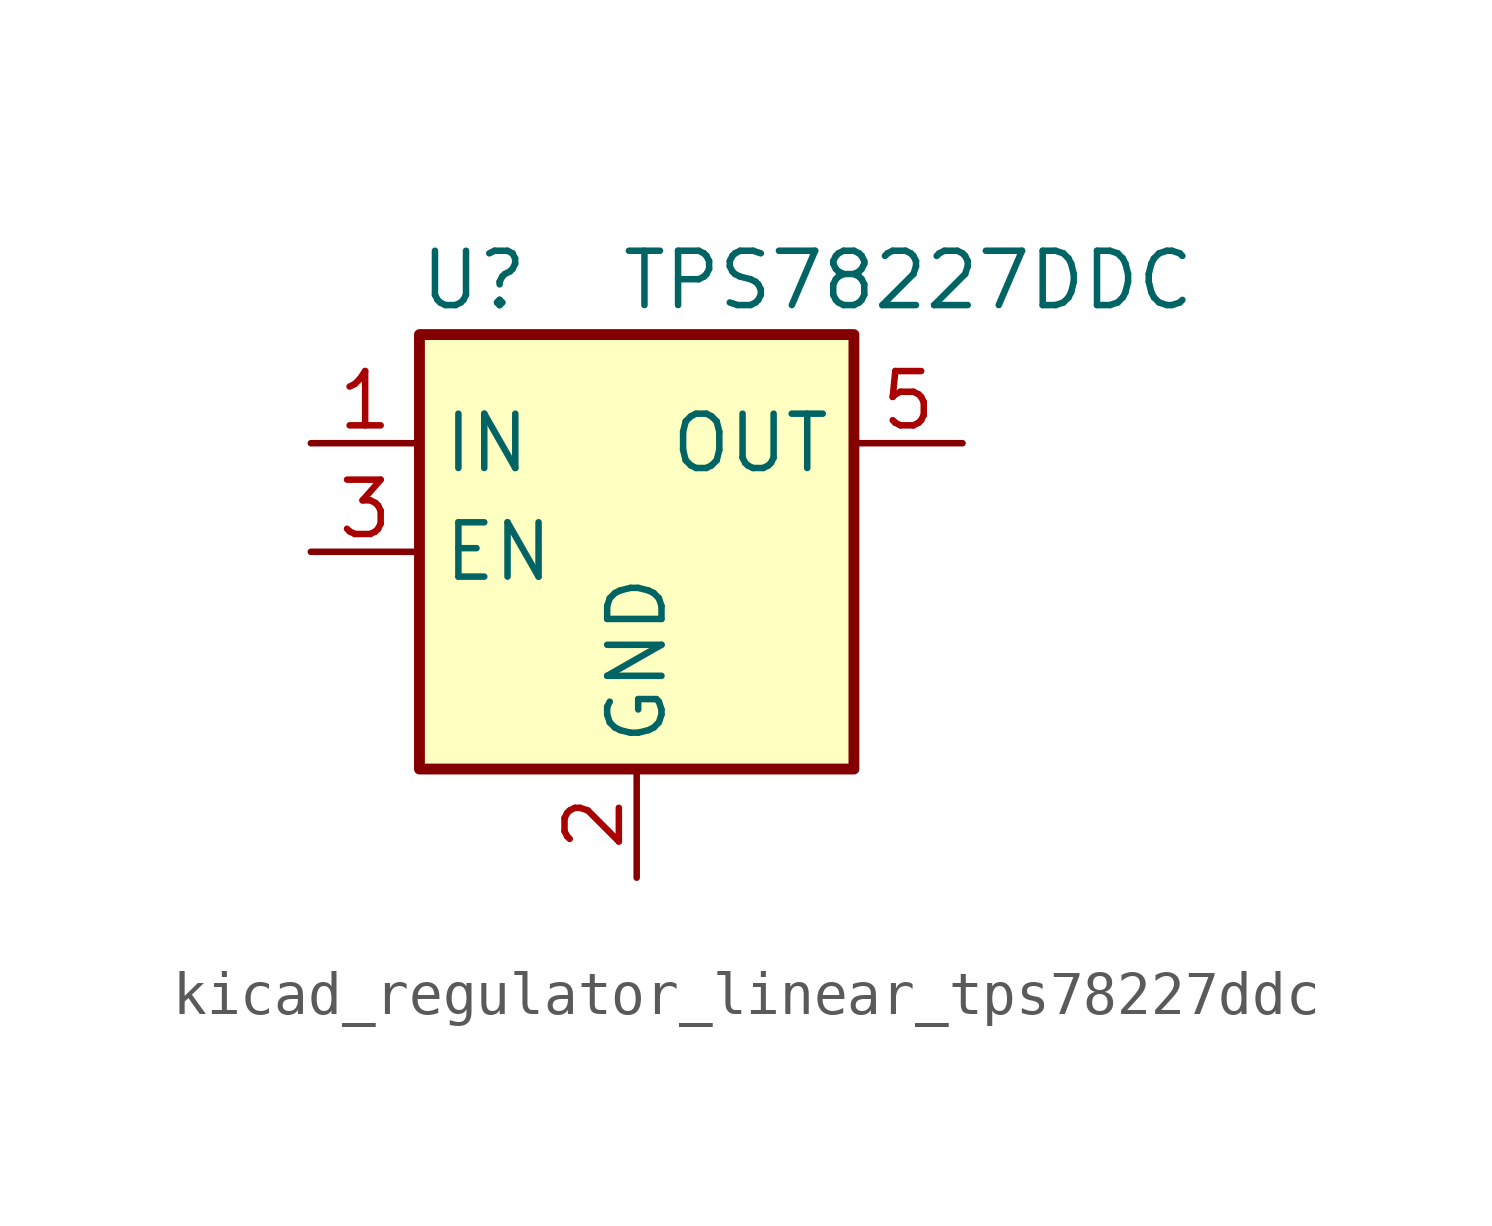
<source format=kicad_sym>
(kicad_symbol_lib
  (version 20220914)
  (generator kicad_symbol_editor)
  (symbol "kicad_regulator_linear_tps78227ddc"
    (property "Reference" "U"
      (at -3.81 6.35 0)
      (effects (font (size 1.27 1.27))))
    (property "Value" "TPS78227DDC"
      (at 6.35 6.35 0)
      (effects (font (size 1.27 1.27))))
    (symbol "kicad_regulator_linear_tps78227ddc_0_1"
      (rectangle (start -5.08 -5.08) (end 5.08 5.08) (stroke (width 0.254) (type default)) (fill (type background)))
      (pin power_in line (at -7.62 2.54 0) (length 2.54) (name "IN" (effects (font (size 1.27 1.27)))) (number "1" (effects (font (size 1.27 1.27)))))
      (pin power_in line (at 0 -7.62 90) (length 2.54) (name "GND" (effects (font (size 1.27 1.27)))) (number "2" (effects (font (size 1.27 1.27)))))
      (pin input line (at -7.62 0 0) (length 2.54) (name "EN" (effects (font (size 1.27 1.27)))) (number "3" (effects (font (size 1.27 1.27)))))
      (pin power_out line (at 7.62 2.54 180) (length 2.54) (name "OUT" (effects (font (size 1.27 1.27)))) (number "5" (effects (font (size 1.27 1.27))))))
    (symbol "kicad_regulator_linear_tps78227ddc_1_1"
      (pin passive line (at 0 -7.62 90) (length 2.54) hide (name "GND" (effects (font (size 1.27 1.27)))) (number "4" (effects (font (size 1.27 1.27))))))))
</source>
